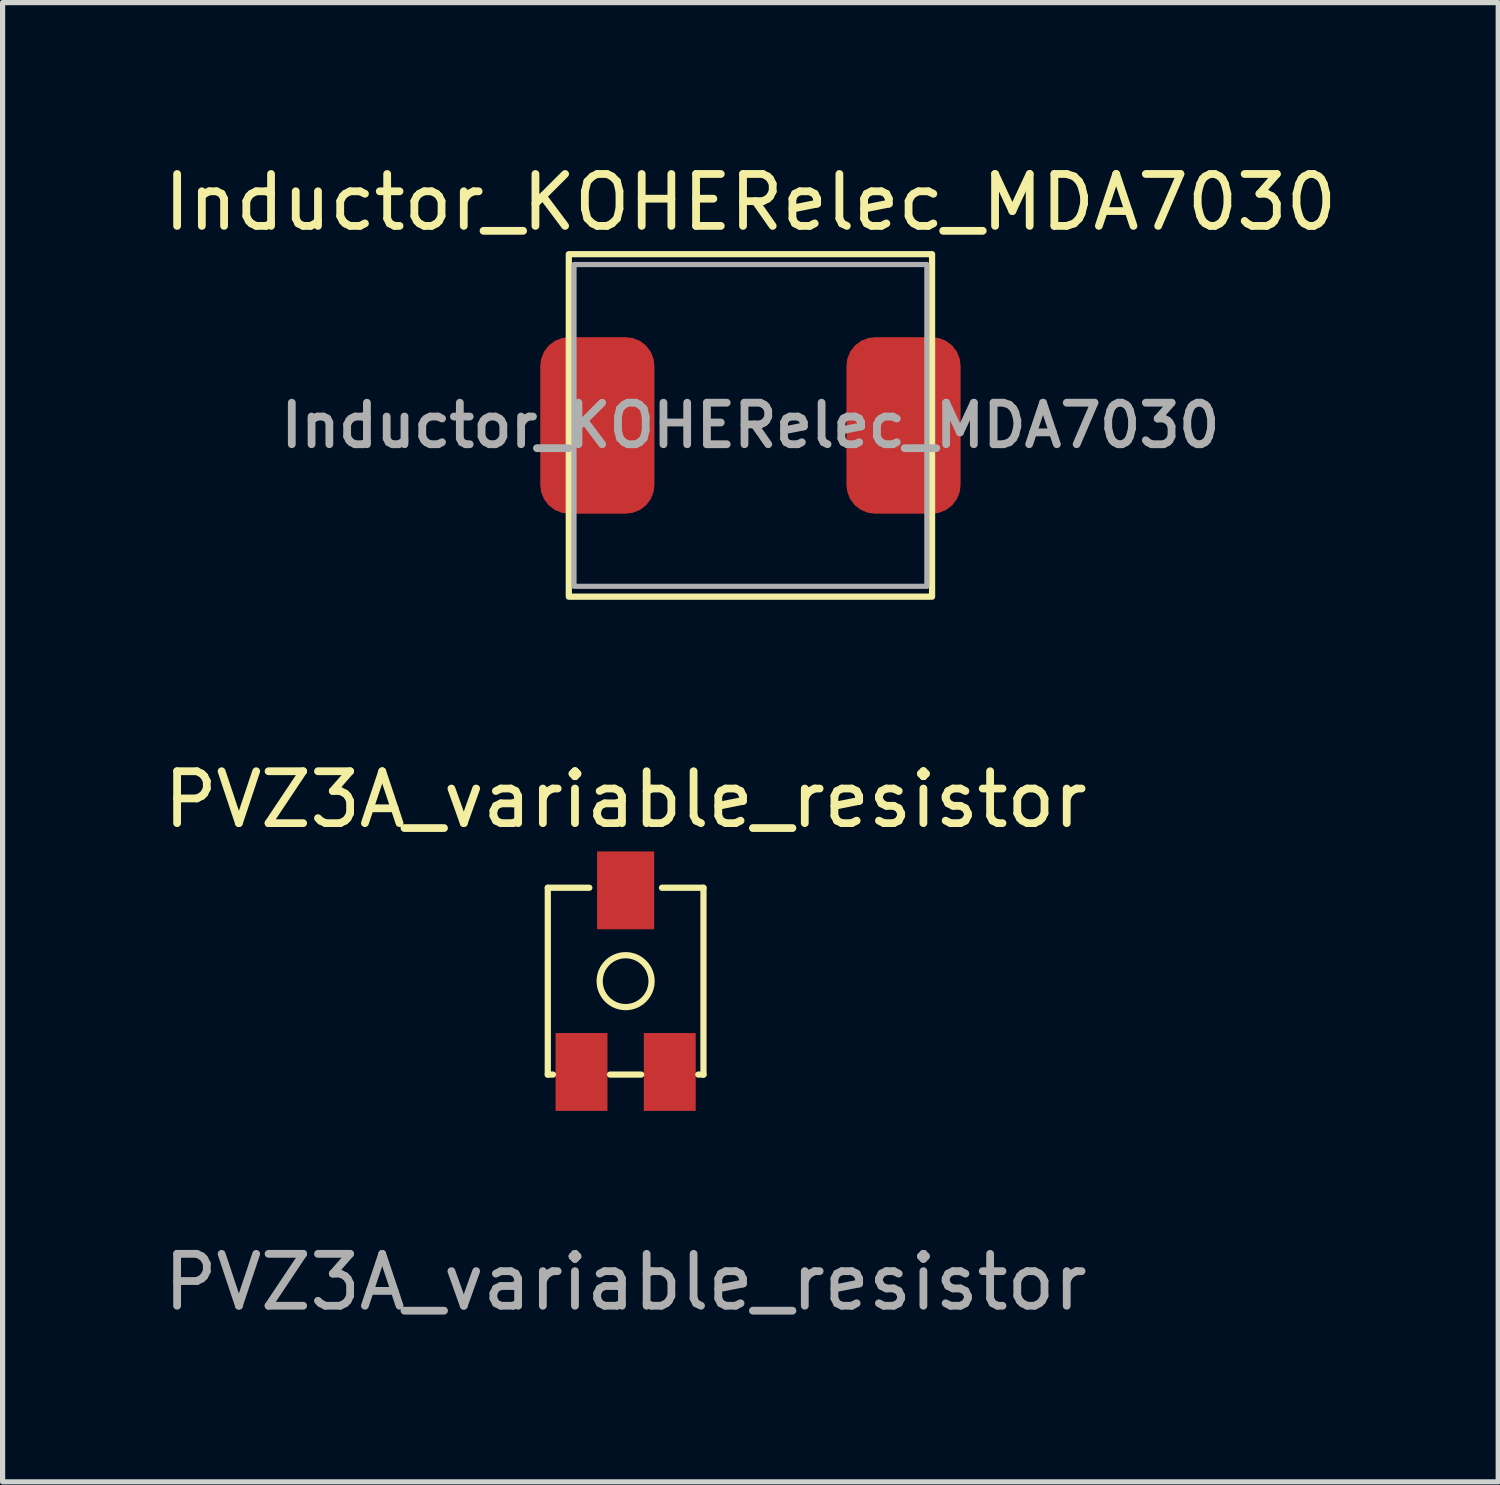
<source format=kicad_pcb>
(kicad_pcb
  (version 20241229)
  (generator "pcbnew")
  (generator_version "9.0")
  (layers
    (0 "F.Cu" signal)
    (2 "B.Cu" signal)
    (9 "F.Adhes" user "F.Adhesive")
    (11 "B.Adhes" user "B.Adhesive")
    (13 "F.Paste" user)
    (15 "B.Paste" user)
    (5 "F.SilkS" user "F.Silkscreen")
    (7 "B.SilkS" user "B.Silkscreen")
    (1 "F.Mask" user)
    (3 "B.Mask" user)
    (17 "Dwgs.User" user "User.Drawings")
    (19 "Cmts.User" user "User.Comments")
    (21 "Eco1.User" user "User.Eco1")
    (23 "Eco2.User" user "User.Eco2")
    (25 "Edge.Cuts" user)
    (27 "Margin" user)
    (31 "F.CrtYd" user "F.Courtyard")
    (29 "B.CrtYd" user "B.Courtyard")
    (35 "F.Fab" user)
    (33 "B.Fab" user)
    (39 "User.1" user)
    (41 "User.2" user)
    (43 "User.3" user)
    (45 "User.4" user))
  (footprint "PVZ3A_variable_resistor"
    (layer "F.Cu")
    (at 9.006 15.857)
    (property "Reference" "PVZ3A_variable_resistor" (at 0 -3.5 0) (unlocked yes) (layer "F.SilkS") (effects (font (size 1 1) (thickness 0.15))))
    (attr smd)
    (fp_line (start -1.5 -1.8) (end -0.7 -1.8) (stroke (width 0.12) (type solid)) (layer "F.SilkS"))
    (fp_line (start -1.5 1.8) (end -1.5 -1.8) (stroke (width 0.12) (type solid)) (layer "F.SilkS"))
    (fp_line (start -1.4 1.8) (end -1.5 1.8) (stroke (width 0.12) (type solid)) (layer "F.SilkS"))
    (fp_line (start -0.3 1.8) (end 0.3 1.8) (stroke (width 0.12) (type solid)) (layer "F.SilkS"))
    (fp_line (start 1.4 1.8) (end 1.5 1.8) (stroke (width 0.12) (type solid)) (layer "F.SilkS"))
    (fp_line (start 1.5 -1.8) (end 0.7 -1.8) (stroke (width 0.12) (type solid)) (layer "F.SilkS"))
    (fp_line (start 1.5 1.8) (end 1.5 -1.8) (stroke (width 0.12) (type solid)) (layer "F.SilkS"))
    (fp_circle (center 0 0) (end 0 0.5) (stroke (width 0.12) (type solid)) (fill no) (layer "F.SilkS"))
    (fp_text user "${REFERENCE}" (at 0 5.8 0) (unlocked yes) (layer "F.Fab") (effects (font (size 1 1) (thickness 0.15))))
    (pad "1" smd rect (at -0.85 1.75) (size 1 1.5) (layers "F.Cu" "F.Mask" "F.Paste"))
    (pad "2" smd rect (at 0 -1.75) (size 1.1 1.5) (layers "F.Cu" "F.Mask" "F.Paste"))
    (pad "3" smd rect (at 0.85 1.75) (size 1 1.5) (layers "F.Cu" "F.Mask" "F.Paste")))
  (footprint "Inductor_KOHERelec_MDA7030"
    (layer "F.Cu")
    (at 11.411 5.148)
    (property "Reference" "Inductor_KOHERelec_MDA7030" (at 0 -4.3 0) (unlocked yes) (layer "F.SilkS") (effects (font (size 1 1) (thickness 0.15))))
    (attr smd)
    (fp_rect (start -3.5 3.3) (end 3.5 -3.3) (stroke (width 0.12) (type solid)) (fill no) (layer "F.SilkS"))
    (fp_rect (start -3.4 -3.1) (end 3.4 3.1) (stroke (width 0.1) (type solid)) (fill no) (layer "F.Fab"))
    (fp_text user "${REFERENCE}" (at 0 0 0) (unlocked yes) (layer "F.Fab") (effects (font (size 0.8 0.8) (thickness 0.15))))
    (pad "1" smd roundrect (at -2.95 0) (size 2.2 3.4) (layers "F.Cu" "F.Mask" "F.Paste") (roundrect_rratio 0.25))
    (pad "2" smd roundrect (at 2.95 0) (size 2.2 3.4) (layers "F.Cu" "F.Mask" "F.Paste") (roundrect_rratio 0.25)))
  (gr_rect
    (start -3 -3)
    (end 25.821 25.505)
    (stroke (width 0.1) (type default))
    (fill no)
    (layer "Edge.Cuts")))
</source>
